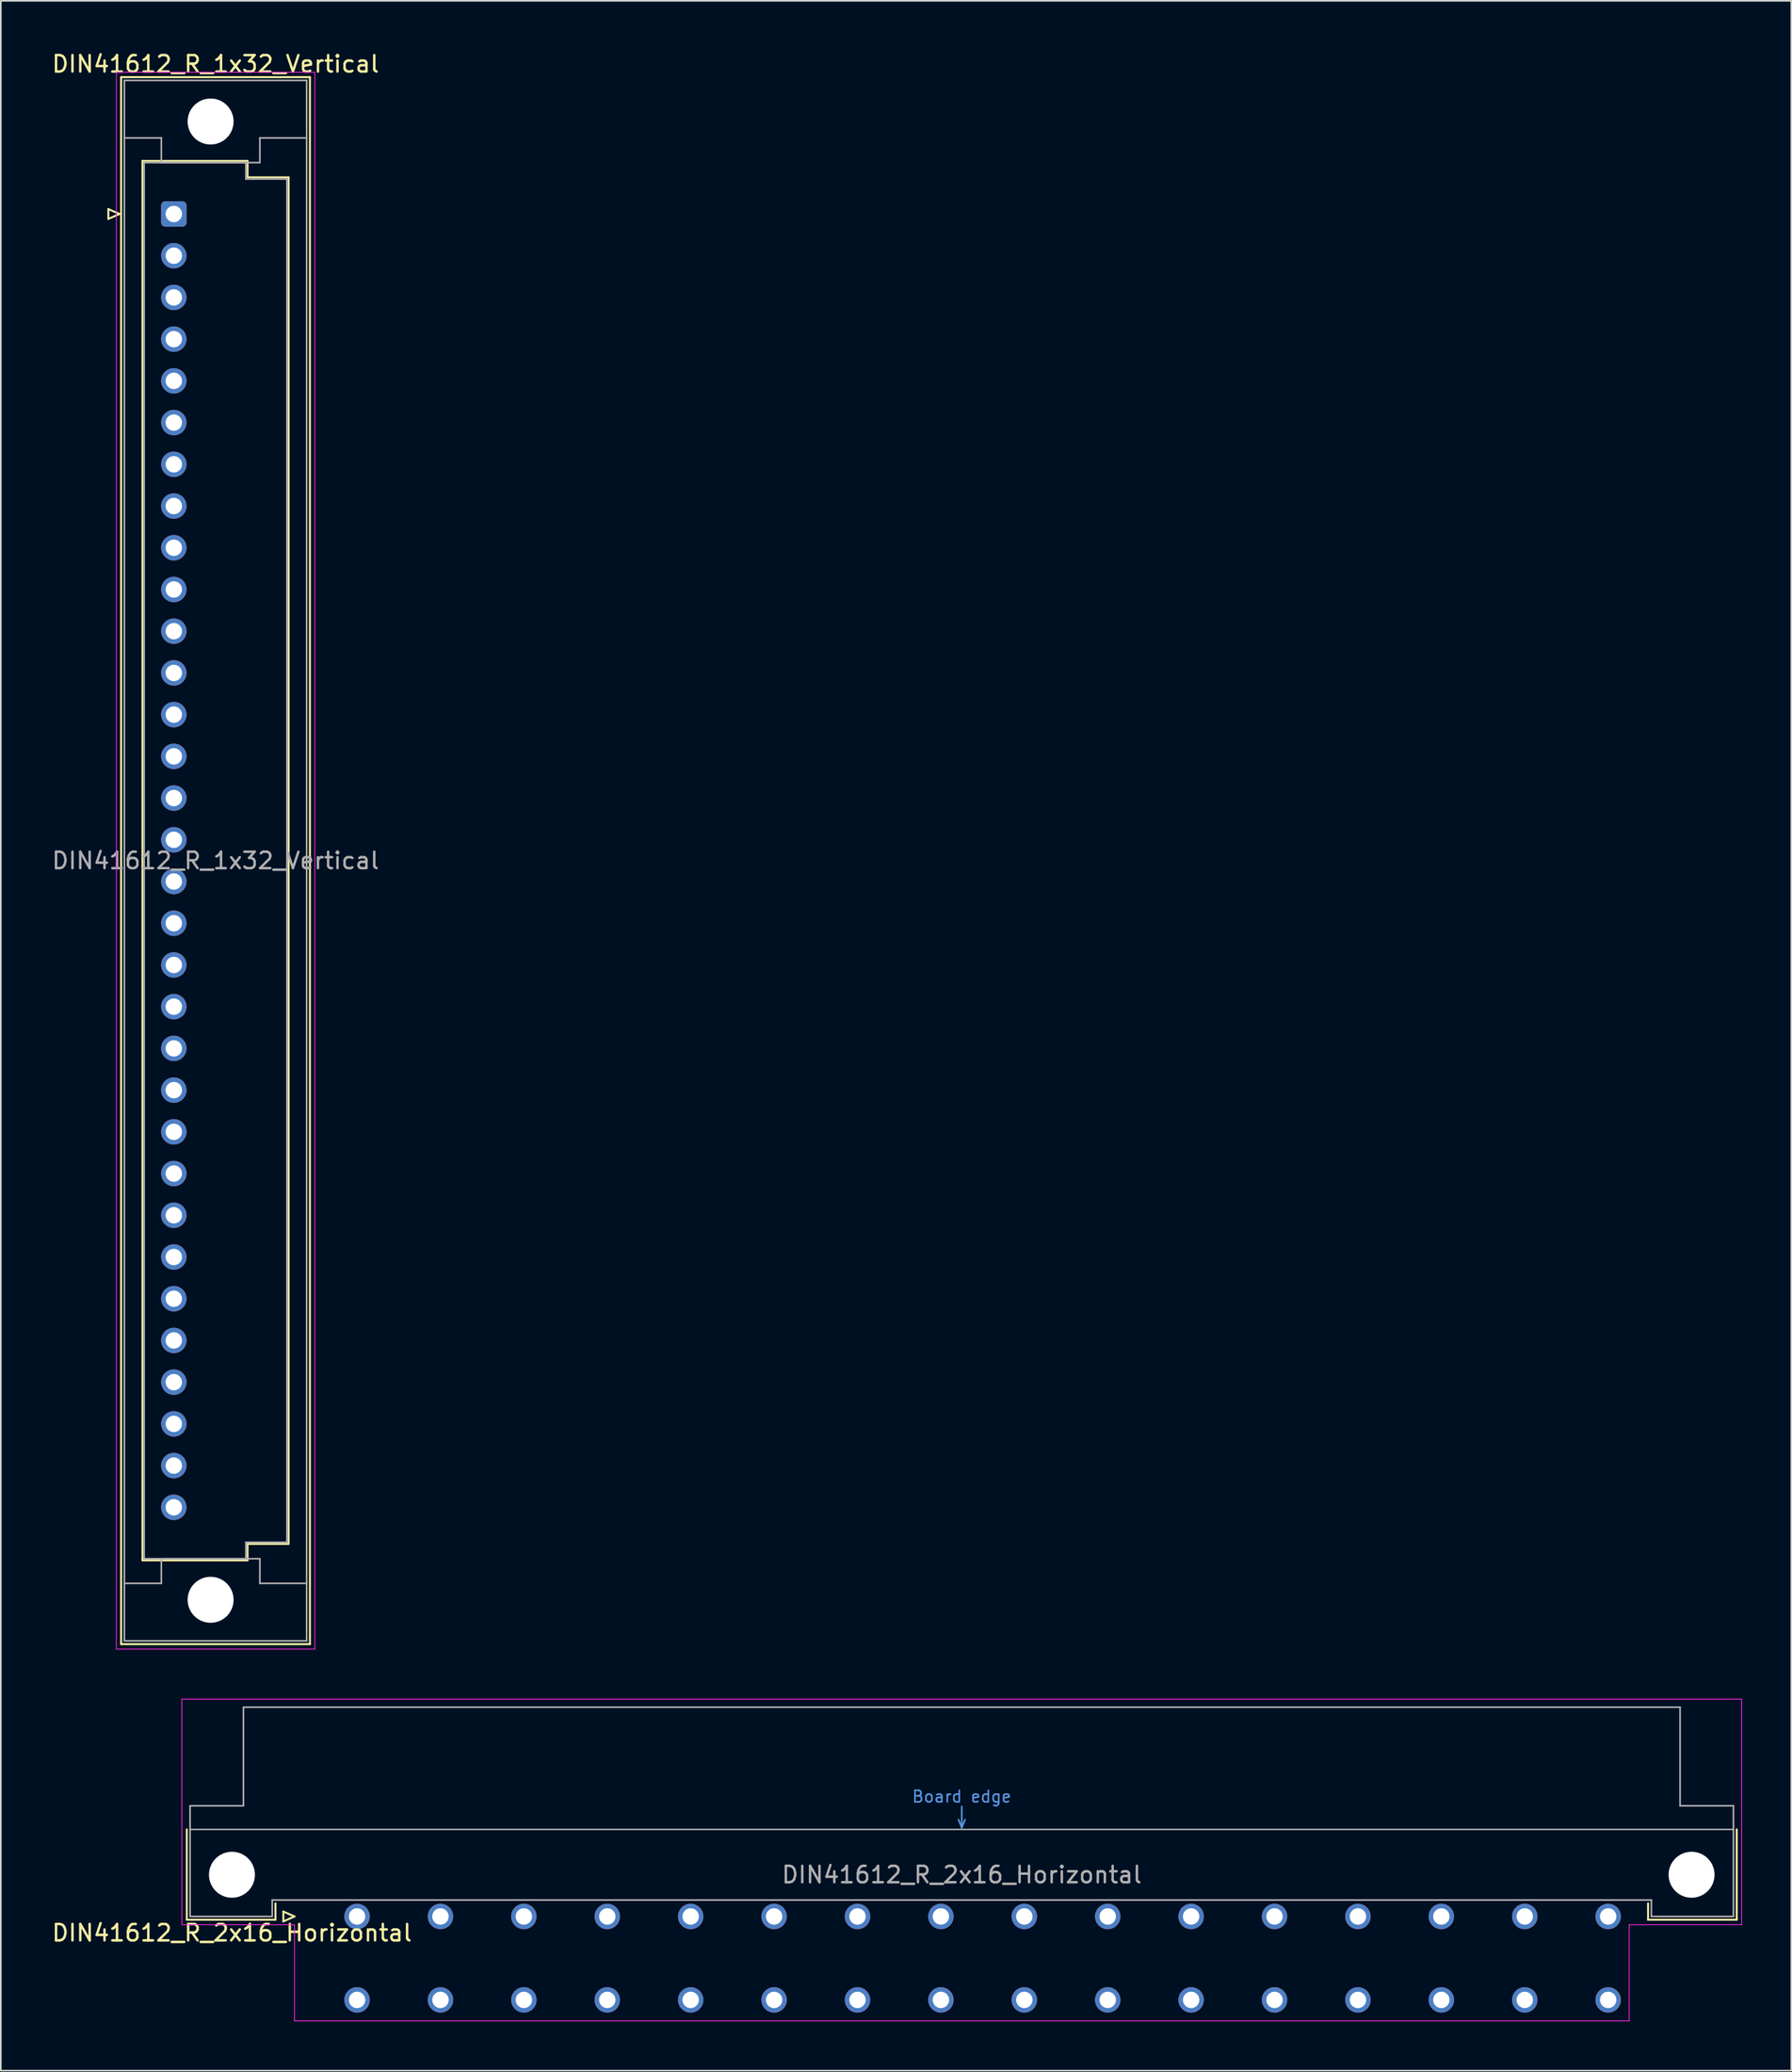
<source format=kicad_pcb>
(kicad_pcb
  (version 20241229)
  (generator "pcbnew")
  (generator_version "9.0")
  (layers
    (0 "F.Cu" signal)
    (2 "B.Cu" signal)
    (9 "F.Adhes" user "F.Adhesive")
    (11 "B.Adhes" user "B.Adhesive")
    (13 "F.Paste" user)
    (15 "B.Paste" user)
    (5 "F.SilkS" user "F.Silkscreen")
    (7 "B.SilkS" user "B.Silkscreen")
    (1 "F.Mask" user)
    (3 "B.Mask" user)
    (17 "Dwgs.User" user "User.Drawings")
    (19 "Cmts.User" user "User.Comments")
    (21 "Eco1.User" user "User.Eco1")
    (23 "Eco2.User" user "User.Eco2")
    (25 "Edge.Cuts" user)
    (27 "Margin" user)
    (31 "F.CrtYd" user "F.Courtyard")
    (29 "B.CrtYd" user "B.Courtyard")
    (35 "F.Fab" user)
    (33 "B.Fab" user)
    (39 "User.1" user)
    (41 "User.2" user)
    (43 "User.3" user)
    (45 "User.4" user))
  (footprint "DIN41612_R_2x16_Horizontal"
    (layer "F.Cu")
    (at 16.157 113.628)
    (property "Reference" "DIN41612_R_2x16_Horizontal" (at -5.08 1 0) (layer "F.SilkS") (effects (font (size 1 1) (thickness 0.15))))
    (attr through_hole)
    (fp_line (start -7.83 -5.3) (end -7.83 0.2) (stroke (width 0.12) (type solid)) (layer "F.SilkS"))
    (fp_line (start -7.83 0.2) (end -2.43 0.2) (stroke (width 0.12) (type solid)) (layer "F.SilkS"))
    (fp_line (start -2.43 0.2) (end -2.43 -0.8) (stroke (width 0.12) (type solid)) (layer "F.SilkS"))
    (fp_line (start -1.95 -0.3) (end -1.95 0.3) (stroke (width 0.12) (type solid)) (layer "F.SilkS"))
    (fp_line (start -1.95 0.3) (end -1.27 0) (stroke (width 0.12) (type solid)) (layer "F.SilkS"))
    (fp_line (start -1.27 0) (end -1.95 -0.3) (stroke (width 0.12) (type solid)) (layer "F.SilkS"))
    (fp_line (start 81.17 0.2) (end 81.17 -0.8) (stroke (width 0.12) (type solid)) (layer "F.SilkS"))
    (fp_line (start 86.57 -5.3) (end 86.57 0.2) (stroke (width 0.12) (type solid)) (layer "F.SilkS"))
    (fp_line (start 86.57 0.2) (end 81.17 0.2) (stroke (width 0.12) (type solid)) (layer "F.SilkS"))
    (fp_line (start -7.63 -5.3) (end 86.37 -5.3) (stroke (width 0.08) (type solid)) (layer "Dwgs.User"))
    (fp_line (start 39.17 -5.9) (end 39.37 -5.4) (stroke (width 0.1) (type solid)) (layer "Cmts.User"))
    (fp_line (start 39.37 -5.4) (end 39.37 -6.7) (stroke (width 0.1) (type solid)) (layer "Cmts.User"))
    (fp_line (start 39.37 -5.4) (end 39.57 -5.9) (stroke (width 0.1) (type solid)) (layer "Cmts.User"))
    (fp_line (start -8.13 -13.23) (end -8.13 0.5) (stroke (width 0.05) (type solid)) (layer "F.CrtYd"))
    (fp_line (start -8.13 0.5) (end -1.27 0.5) (stroke (width 0.05) (type solid)) (layer "F.CrtYd"))
    (fp_line (start -1.27 0.5) (end -1.27 6.36) (stroke (width 0.05) (type solid)) (layer "F.CrtYd"))
    (fp_line (start -1.27 6.36) (end 80.02 6.36) (stroke (width 0.05) (type solid)) (layer "F.CrtYd"))
    (fp_line (start 80.02 0.5) (end 86.87 0.5) (stroke (width 0.05) (type solid)) (layer "F.CrtYd"))
    (fp_line (start 80.02 6.36) (end 80.02 0.5) (stroke (width 0.05) (type solid)) (layer "F.CrtYd"))
    (fp_line (start 86.87 -13.23) (end -8.13 -13.23) (stroke (width 0.05) (type solid)) (layer "F.CrtYd"))
    (fp_line (start 86.87 0.5) (end 86.87 -13.23) (stroke (width 0.05) (type solid)) (layer "F.CrtYd"))
    (fp_line (start -7.63 -6.74) (end -7.63 0) (stroke (width 0.1) (type solid)) (layer "F.Fab"))
    (fp_line (start -7.63 0) (end -2.63 0) (stroke (width 0.1) (type solid)) (layer "F.Fab"))
    (fp_line (start -4.38 -12.74) (end -4.38 -6.74) (stroke (width 0.1) (type solid)) (layer "F.Fab"))
    (fp_line (start -4.38 -6.74) (end -7.63 -6.74) (stroke (width 0.1) (type solid)) (layer "F.Fab"))
    (fp_line (start -2.63 -1) (end 81.37 -1) (stroke (width 0.1) (type solid)) (layer "F.Fab"))
    (fp_line (start -2.63 0) (end -2.63 -1) (stroke (width 0.1) (type solid)) (layer "F.Fab"))
    (fp_line (start 81.37 -1) (end 81.37 0) (stroke (width 0.1) (type solid)) (layer "F.Fab"))
    (fp_line (start 81.37 0) (end 86.37 0) (stroke (width 0.1) (type solid)) (layer "F.Fab"))
    (fp_line (start 83.12 -12.74) (end -4.38 -12.74) (stroke (width 0.1) (type solid)) (layer "F.Fab"))
    (fp_line (start 83.12 -6.74) (end 83.12 -12.74) (stroke (width 0.1) (type solid)) (layer "F.Fab"))
    (fp_line (start 86.37 -6.74) (end 83.12 -6.74) (stroke (width 0.1) (type solid)) (layer "F.Fab"))
    (fp_line (start 86.37 0) (end 86.37 -6.74) (stroke (width 0.1) (type solid)) (layer "F.Fab"))
    (fp_text user "Board edge" (at 39.37 -7.3 0) (layer "Cmts.User") (effects (font (size 0.7 0.7) (thickness 0.1))))
    (fp_text user "${REFERENCE}" (at 39.37 -2.54 0) (layer "F.Fab") (effects (font (size 1 1) (thickness 0.15))))
    (pad "" np_thru_hole circle (at -5.08 -2.54) (size 2.8 2.8) (drill 2.8) (layers "*.Cu" "*.Mask"))
    (pad "" np_thru_hole circle (at 83.82 -2.54) (size 2.8 2.8) (drill 2.8) (layers "*.Cu" "*.Mask"))
    (pad "a2" thru_hole circle (at 2.54 0) (size 1.55 1.55) (drill 1) (layers "*.Cu" "*.Mask"))
    (pad "a4" thru_hole circle (at 7.62 0) (size 1.55 1.55) (drill 1) (layers "*.Cu" "*.Mask"))
    (pad "a6" thru_hole circle (at 12.7 0) (size 1.55 1.55) (drill 1) (layers "*.Cu" "*.Mask"))
    (pad "a8" thru_hole circle (at 17.78 0) (size 1.55 1.55) (drill 1) (layers "*.Cu" "*.Mask"))
    (pad "a10" thru_hole circle (at 22.86 0) (size 1.55 1.55) (drill 1) (layers "*.Cu" "*.Mask"))
    (pad "a12" thru_hole circle (at 27.94 0) (size 1.55 1.55) (drill 1) (layers "*.Cu" "*.Mask"))
    (pad "a14" thru_hole circle (at 33.02 0) (size 1.55 1.55) (drill 1) (layers "*.Cu" "*.Mask"))
    (pad "a16" thru_hole circle (at 38.1 0) (size 1.55 1.55) (drill 1) (layers "*.Cu" "*.Mask"))
    (pad "a18" thru_hole circle (at 43.18 0) (size 1.55 1.55) (drill 1) (layers "*.Cu" "*.Mask"))
    (pad "a20" thru_hole circle (at 48.26 0) (size 1.55 1.55) (drill 1) (layers "*.Cu" "*.Mask"))
    (pad "a22" thru_hole circle (at 53.34 0) (size 1.55 1.55) (drill 1) (layers "*.Cu" "*.Mask"))
    (pad "a24" thru_hole circle (at 58.42 0) (size 1.55 1.55) (drill 1) (layers "*.Cu" "*.Mask"))
    (pad "a26" thru_hole circle (at 63.5 0) (size 1.55 1.55) (drill 1) (layers "*.Cu" "*.Mask"))
    (pad "a28" thru_hole circle (at 68.58 0) (size 1.55 1.55) (drill 1) (layers "*.Cu" "*.Mask"))
    (pad "a30" thru_hole circle (at 73.66 0) (size 1.55 1.55) (drill 1) (layers "*.Cu" "*.Mask"))
    (pad "a32" thru_hole circle (at 78.74 0) (size 1.55 1.55) (drill 1) (layers "*.Cu" "*.Mask"))
    (pad "c2" thru_hole circle (at 2.54 5.08) (size 1.55 1.55) (drill 1) (layers "*.Cu" "*.Mask"))
    (pad "c4" thru_hole circle (at 7.62 5.08) (size 1.55 1.55) (drill 1) (layers "*.Cu" "*.Mask"))
    (pad "c6" thru_hole circle (at 12.7 5.08) (size 1.55 1.55) (drill 1) (layers "*.Cu" "*.Mask"))
    (pad "c8" thru_hole circle (at 17.78 5.08) (size 1.55 1.55) (drill 1) (layers "*.Cu" "*.Mask"))
    (pad "c10" thru_hole circle (at 22.86 5.08) (size 1.55 1.55) (drill 1) (layers "*.Cu" "*.Mask"))
    (pad "c12" thru_hole circle (at 27.94 5.08) (size 1.55 1.55) (drill 1) (layers "*.Cu" "*.Mask"))
    (pad "c14" thru_hole circle (at 33.02 5.08) (size 1.55 1.55) (drill 1) (layers "*.Cu" "*.Mask"))
    (pad "c16" thru_hole circle (at 38.1 5.08) (size 1.55 1.55) (drill 1) (layers "*.Cu" "*.Mask"))
    (pad "c18" thru_hole circle (at 43.18 5.08) (size 1.55 1.55) (drill 1) (layers "*.Cu" "*.Mask"))
    (pad "c20" thru_hole circle (at 48.26 5.08) (size 1.55 1.55) (drill 1) (layers "*.Cu" "*.Mask"))
    (pad "c22" thru_hole circle (at 53.34 5.08) (size 1.55 1.55) (drill 1) (layers "*.Cu" "*.Mask"))
    (pad "c24" thru_hole circle (at 58.42 5.08) (size 1.55 1.55) (drill 1) (layers "*.Cu" "*.Mask"))
    (pad "c26" thru_hole circle (at 63.5 5.08) (size 1.55 1.55) (drill 1) (layers "*.Cu" "*.Mask"))
    (pad "c28" thru_hole circle (at 68.58 5.08) (size 1.55 1.55) (drill 1) (layers "*.Cu" "*.Mask"))
    (pad "c30" thru_hole circle (at 73.66 5.08) (size 1.55 1.55) (drill 1) (layers "*.Cu" "*.Mask"))
    (pad "c32" thru_hole circle (at 78.74 5.08) (size 1.55 1.55) (drill 1) (layers "*.Cu" "*.Mask")))
  (footprint "DIN41612_R_1x32_Vertical"
    (layer "F.Cu")
    (at 7.537 9.978)
    (property "Reference" "DIN41612_R_1x32_Vertical" (at 2.54 -9.13 0) (layer "F.SilkS") (effects (font (size 1 1) (thickness 0.15))))
    (attr through_hole)
    (fp_line (start -3.99 -0.3) (end -3.99 0.3) (stroke (width 0.12) (type solid)) (layer "F.SilkS"))
    (fp_line (start -3.99 0.3) (end -3.31 0) (stroke (width 0.12) (type solid)) (layer "F.SilkS"))
    (fp_line (start -3.31 0) (end -3.99 -0.3) (stroke (width 0.12) (type solid)) (layer "F.SilkS"))
    (fp_line (start -3.21 -8.33) (end 8.29 -8.33) (stroke (width 0.12) (type solid)) (layer "F.SilkS"))
    (fp_line (start -3.21 87.07) (end -3.21 -8.33) (stroke (width 0.12) (type solid)) (layer "F.SilkS"))
    (fp_line (start -1.91 -3.23) (end 4.49 -3.23) (stroke (width 0.12) (type solid)) (layer "F.SilkS"))
    (fp_line (start -1.91 81.97) (end -1.91 -3.23) (stroke (width 0.12) (type solid)) (layer "F.SilkS"))
    (fp_line (start 4.49 -3.23) (end 4.49 -2.23) (stroke (width 0.12) (type solid)) (layer "F.SilkS"))
    (fp_line (start 4.49 -2.23) (end 6.99 -2.23) (stroke (width 0.12) (type solid)) (layer "F.SilkS"))
    (fp_line (start 4.49 80.97) (end 4.49 81.97) (stroke (width 0.12) (type solid)) (layer "F.SilkS"))
    (fp_line (start 4.49 81.97) (end -1.91 81.97) (stroke (width 0.12) (type solid)) (layer "F.SilkS"))
    (fp_line (start 6.99 -2.23) (end 6.99 80.97) (stroke (width 0.12) (type solid)) (layer "F.SilkS"))
    (fp_line (start 6.99 80.97) (end 4.49 80.97) (stroke (width 0.12) (type solid)) (layer "F.SilkS"))
    (fp_line (start 8.29 -8.33) (end 8.29 87.07) (stroke (width 0.12) (type solid)) (layer "F.SilkS"))
    (fp_line (start 8.29 87.07) (end -3.21 87.07) (stroke (width 0.12) (type solid)) (layer "F.SilkS"))
    (fp_line (start -3.5 -8.63) (end 8.59 -8.63) (stroke (width 0.05) (type solid)) (layer "F.CrtYd"))
    (fp_line (start -3.5 87.37) (end -3.5 -8.63) (stroke (width 0.05) (type solid)) (layer "F.CrtYd"))
    (fp_line (start 8.59 -8.63) (end 8.59 87.37) (stroke (width 0.05) (type solid)) (layer "F.CrtYd"))
    (fp_line (start 8.59 87.37) (end -3.5 87.37) (stroke (width 0.05) (type solid)) (layer "F.CrtYd"))
    (fp_line (start -3.01 -8.13) (end 8.09 -8.13) (stroke (width 0.1) (type solid)) (layer "F.Fab"))
    (fp_line (start -3.01 -4.63) (end -0.76 -4.63) (stroke (width 0.1) (type solid)) (layer "F.Fab"))
    (fp_line (start -3.01 83.37) (end -0.76 83.37) (stroke (width 0.1) (type solid)) (layer "F.Fab"))
    (fp_line (start -3.01 86.87) (end -3.01 -8.13) (stroke (width 0.1) (type solid)) (layer "F.Fab"))
    (fp_line (start -1.81 -3.13) (end 4.39 -3.13) (stroke (width 0.1) (type solid)) (layer "F.Fab"))
    (fp_line (start -1.81 81.87) (end -1.81 -3.13) (stroke (width 0.1) (type solid)) (layer "F.Fab"))
    (fp_line (start -0.76 -4.63) (end -0.76 -3.13) (stroke (width 0.1) (type solid)) (layer "F.Fab"))
    (fp_line (start -0.76 -3.13) (end 5.24 -3.13) (stroke (width 0.1) (type solid)) (layer "F.Fab"))
    (fp_line (start -0.76 81.87) (end 5.24 81.87) (stroke (width 0.1) (type solid)) (layer "F.Fab"))
    (fp_line (start -0.76 83.37) (end -0.76 81.87) (stroke (width 0.1) (type solid)) (layer "F.Fab"))
    (fp_line (start 4.39 -3.13) (end 4.39 -2.13) (stroke (width 0.1) (type solid)) (layer "F.Fab"))
    (fp_line (start 4.39 -2.13) (end 6.89 -2.13) (stroke (width 0.1) (type solid)) (layer "F.Fab"))
    (fp_line (start 4.39 80.87) (end 4.39 81.87) (stroke (width 0.1) (type solid)) (layer "F.Fab"))
    (fp_line (start 4.39 81.87) (end -1.81 81.87) (stroke (width 0.1) (type solid)) (layer "F.Fab"))
    (fp_line (start 5.24 -4.63) (end 8.09 -4.63) (stroke (width 0.1) (type solid)) (layer "F.Fab"))
    (fp_line (start 5.24 -3.13) (end 5.24 -4.63) (stroke (width 0.1) (type solid)) (layer "F.Fab"))
    (fp_line (start 5.24 81.87) (end 5.24 83.37) (stroke (width 0.1) (type solid)) (layer "F.Fab"))
    (fp_line (start 5.24 83.37) (end 8.09 83.37) (stroke (width 0.1) (type solid)) (layer "F.Fab"))
    (fp_line (start 6.89 -2.13) (end 6.89 80.87) (stroke (width 0.1) (type solid)) (layer "F.Fab"))
    (fp_line (start 6.89 80.87) (end 4.39 80.87) (stroke (width 0.1) (type solid)) (layer "F.Fab"))
    (fp_line (start 8.09 -8.13) (end 8.09 86.87) (stroke (width 0.1) (type solid)) (layer "F.Fab"))
    (fp_line (start 8.09 86.87) (end -3.01 86.87) (stroke (width 0.1) (type solid)) (layer "F.Fab"))
    (fp_text user "${REFERENCE}" (at 2.54 39.37 0) (layer "F.Fab") (effects (font (size 1 1) (thickness 0.15))))
    (pad "" np_thru_hole circle (at 2.24 -5.63) (size 2.8 2.8) (drill 2.8) (layers "*.Cu" "*.Mask"))
    (pad "" np_thru_hole circle (at 2.24 84.37) (size 2.8 2.8) (drill 2.8) (layers "*.Cu" "*.Mask"))
    (pad "a1" thru_hole roundrect (at 0 0) (size 1.55 1.55) (drill 1) (layers "*.Cu" "*.Mask") (roundrect_rratio 0.161))
    (pad "a2" thru_hole circle (at 0 2.54) (size 1.55 1.55) (drill 1) (layers "*.Cu" "*.Mask"))
    (pad "a3" thru_hole circle (at 0 5.08) (size 1.55 1.55) (drill 1) (layers "*.Cu" "*.Mask"))
    (pad "a4" thru_hole circle (at 0 7.62) (size 1.55 1.55) (drill 1) (layers "*.Cu" "*.Mask"))
    (pad "a5" thru_hole circle (at 0 10.16) (size 1.55 1.55) (drill 1) (layers "*.Cu" "*.Mask"))
    (pad "a6" thru_hole circle (at 0 12.7) (size 1.55 1.55) (drill 1) (layers "*.Cu" "*.Mask"))
    (pad "a7" thru_hole circle (at 0 15.24) (size 1.55 1.55) (drill 1) (layers "*.Cu" "*.Mask"))
    (pad "a8" thru_hole circle (at 0 17.78) (size 1.55 1.55) (drill 1) (layers "*.Cu" "*.Mask"))
    (pad "a9" thru_hole circle (at 0 20.32) (size 1.55 1.55) (drill 1) (layers "*.Cu" "*.Mask"))
    (pad "a10" thru_hole circle (at 0 22.86) (size 1.55 1.55) (drill 1) (layers "*.Cu" "*.Mask"))
    (pad "a11" thru_hole circle (at 0 25.4) (size 1.55 1.55) (drill 1) (layers "*.Cu" "*.Mask"))
    (pad "a12" thru_hole circle (at 0 27.94) (size 1.55 1.55) (drill 1) (layers "*.Cu" "*.Mask"))
    (pad "a13" thru_hole circle (at 0 30.48) (size 1.55 1.55) (drill 1) (layers "*.Cu" "*.Mask"))
    (pad "a14" thru_hole circle (at 0 33.02) (size 1.55 1.55) (drill 1) (layers "*.Cu" "*.Mask"))
    (pad "a15" thru_hole circle (at 0 35.56) (size 1.55 1.55) (drill 1) (layers "*.Cu" "*.Mask"))
    (pad "a16" thru_hole circle (at 0 38.1) (size 1.55 1.55) (drill 1) (layers "*.Cu" "*.Mask"))
    (pad "a17" thru_hole circle (at 0 40.64) (size 1.55 1.55) (drill 1) (layers "*.Cu" "*.Mask"))
    (pad "a18" thru_hole circle (at 0 43.18) (size 1.55 1.55) (drill 1) (layers "*.Cu" "*.Mask"))
    (pad "a19" thru_hole circle (at 0 45.72) (size 1.55 1.55) (drill 1) (layers "*.Cu" "*.Mask"))
    (pad "a20" thru_hole circle (at 0 48.26) (size 1.55 1.55) (drill 1) (layers "*.Cu" "*.Mask"))
    (pad "a21" thru_hole circle (at 0 50.8) (size 1.55 1.55) (drill 1) (layers "*.Cu" "*.Mask"))
    (pad "a22" thru_hole circle (at 0 53.34) (size 1.55 1.55) (drill 1) (layers "*.Cu" "*.Mask"))
    (pad "a23" thru_hole circle (at 0 55.88) (size 1.55 1.55) (drill 1) (layers "*.Cu" "*.Mask"))
    (pad "a24" thru_hole circle (at 0 58.42) (size 1.55 1.55) (drill 1) (layers "*.Cu" "*.Mask"))
    (pad "a25" thru_hole circle (at 0 60.96) (size 1.55 1.55) (drill 1) (layers "*.Cu" "*.Mask"))
    (pad "a26" thru_hole circle (at 0 63.5) (size 1.55 1.55) (drill 1) (layers "*.Cu" "*.Mask"))
    (pad "a27" thru_hole circle (at 0 66.04) (size 1.55 1.55) (drill 1) (layers "*.Cu" "*.Mask"))
    (pad "a28" thru_hole circle (at 0 68.58) (size 1.55 1.55) (drill 1) (layers "*.Cu" "*.Mask"))
    (pad "a29" thru_hole circle (at 0 71.12) (size 1.55 1.55) (drill 1) (layers "*.Cu" "*.Mask"))
    (pad "a30" thru_hole circle (at 0 73.66) (size 1.55 1.55) (drill 1) (layers "*.Cu" "*.Mask"))
    (pad "a31" thru_hole circle (at 0 76.2) (size 1.55 1.55) (drill 1) (layers "*.Cu" "*.Mask"))
    (pad "a32" thru_hole circle (at 0 78.74) (size 1.55 1.55) (drill 1) (layers "*.Cu" "*.Mask")))
  (gr_rect
    (start -3 -3)
    (end 106.052 123.013)
    (stroke (width 0.1) (type default))
    (fill no)
    (layer "Edge.Cuts")))
</source>
